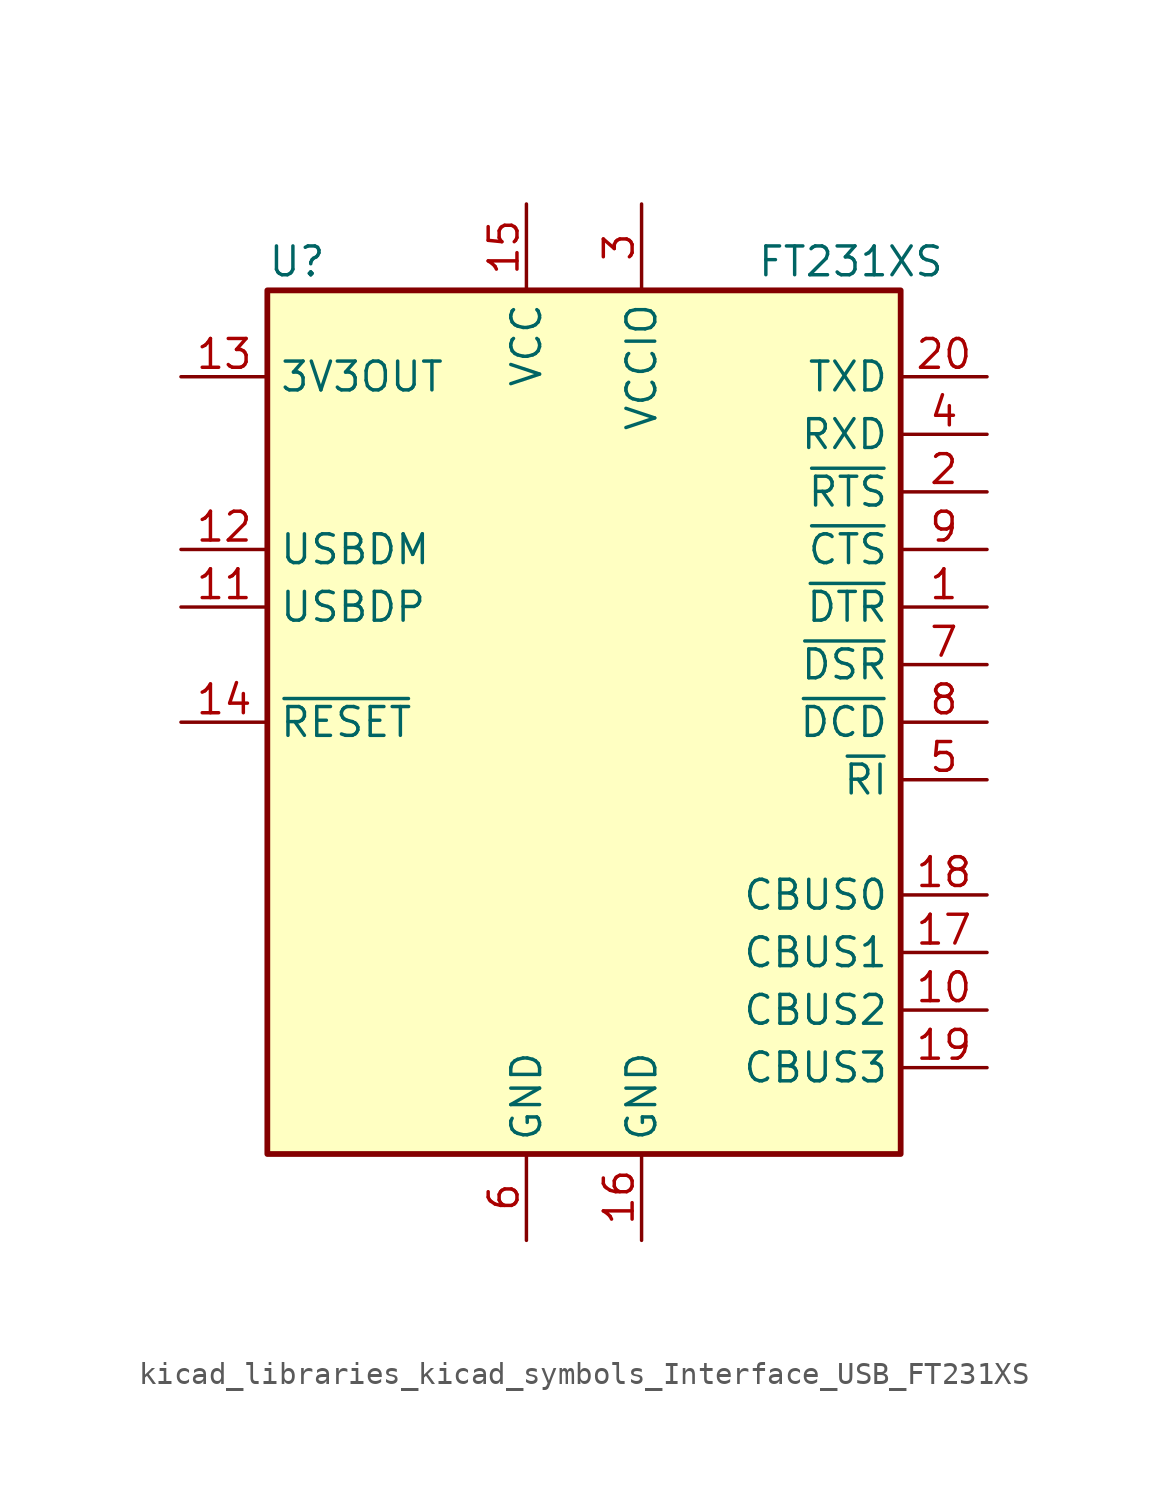
<source format=kicad_sym>
(kicad_symbol_lib
  (version 20220914)
  (generator kicad_symbol_editor)
  (symbol "kicad_libraries_kicad_symbols_Interface_USB_FT231XS"
    (property "Reference" "U"
      (at -13.97 20.32 0)
      (effects (font (size 1.27 1.27)) (justify left)))
    (property "Value" "FT231XS"
      (at 7.62 20.32 0)
      (effects (font (size 1.27 1.27)) (justify left)))
    (symbol "kicad_libraries_kicad_symbols_Interface_USB_FT231XS_0_1"
      (rectangle (start -13.97 19.05) (end 13.97 -19.05) (stroke (width 0.254) (type default)) (fill (type background))))
    (symbol "kicad_libraries_kicad_symbols_Interface_USB_FT231XS_1_1"
      (pin output line (at 17.78 5.08 180) (length 3.81) (name "~{DTR}" (effects (font (size 1.27 1.27)))) (number "1" (effects (font (size 1.27 1.27)))))
      (pin bidirectional line (at 17.78 -12.7 180) (length 3.81) (name "CBUS2" (effects (font (size 1.27 1.27)))) (number "10" (effects (font (size 1.27 1.27)))))
      (pin bidirectional line (at -17.78 5.08 0) (length 3.81) (name "USBDP" (effects (font (size 1.27 1.27)))) (number "11" (effects (font (size 1.27 1.27)))))
      (pin bidirectional line (at -17.78 7.62 0) (length 3.81) (name "USBDM" (effects (font (size 1.27 1.27)))) (number "12" (effects (font (size 1.27 1.27)))))
      (pin power_out line (at -17.78 15.24 0) (length 3.81) (name "3V3OUT" (effects (font (size 1.27 1.27)))) (number "13" (effects (font (size 1.27 1.27)))))
      (pin input line (at -17.78 0 0) (length 3.81) (name "~{RESET}" (effects (font (size 1.27 1.27)))) (number "14" (effects (font (size 1.27 1.27)))))
      (pin power_in line (at -2.54 22.86 270) (length 3.81) (name "VCC" (effects (font (size 1.27 1.27)))) (number "15" (effects (font (size 1.27 1.27)))))
      (pin power_in line (at 2.54 -22.86 90) (length 3.81) (name "GND" (effects (font (size 1.27 1.27)))) (number "16" (effects (font (size 1.27 1.27)))))
      (pin bidirectional line (at 17.78 -10.16 180) (length 3.81) (name "CBUS1" (effects (font (size 1.27 1.27)))) (number "17" (effects (font (size 1.27 1.27)))))
      (pin bidirectional line (at 17.78 -7.62 180) (length 3.81) (name "CBUS0" (effects (font (size 1.27 1.27)))) (number "18" (effects (font (size 1.27 1.27)))))
      (pin bidirectional line (at 17.78 -15.24 180) (length 3.81) (name "CBUS3" (effects (font (size 1.27 1.27)))) (number "19" (effects (font (size 1.27 1.27)))))
      (pin output line (at 17.78 10.16 180) (length 3.81) (name "~{RTS}" (effects (font (size 1.27 1.27)))) (number "2" (effects (font (size 1.27 1.27)))))
      (pin output line (at 17.78 15.24 180) (length 3.81) (name "TXD" (effects (font (size 1.27 1.27)))) (number "20" (effects (font (size 1.27 1.27)))))
      (pin power_in line (at 2.54 22.86 270) (length 3.81) (name "VCCIO" (effects (font (size 1.27 1.27)))) (number "3" (effects (font (size 1.27 1.27)))))
      (pin input line (at 17.78 12.7 180) (length 3.81) (name "RXD" (effects (font (size 1.27 1.27)))) (number "4" (effects (font (size 1.27 1.27)))))
      (pin input line (at 17.78 -2.54 180) (length 3.81) (name "~{RI}" (effects (font (size 1.27 1.27)))) (number "5" (effects (font (size 1.27 1.27)))))
      (pin power_in line (at -2.54 -22.86 90) (length 3.81) (name "GND" (effects (font (size 1.27 1.27)))) (number "6" (effects (font (size 1.27 1.27)))))
      (pin input line (at 17.78 2.54 180) (length 3.81) (name "~{DSR}" (effects (font (size 1.27 1.27)))) (number "7" (effects (font (size 1.27 1.27)))))
      (pin input line (at 17.78 0 180) (length 3.81) (name "~{DCD}" (effects (font (size 1.27 1.27)))) (number "8" (effects (font (size 1.27 1.27)))))
      (pin input line (at 17.78 7.62 180) (length 3.81) (name "~{CTS}" (effects (font (size 1.27 1.27)))) (number "9" (effects (font (size 1.27 1.27))))))))
</source>
